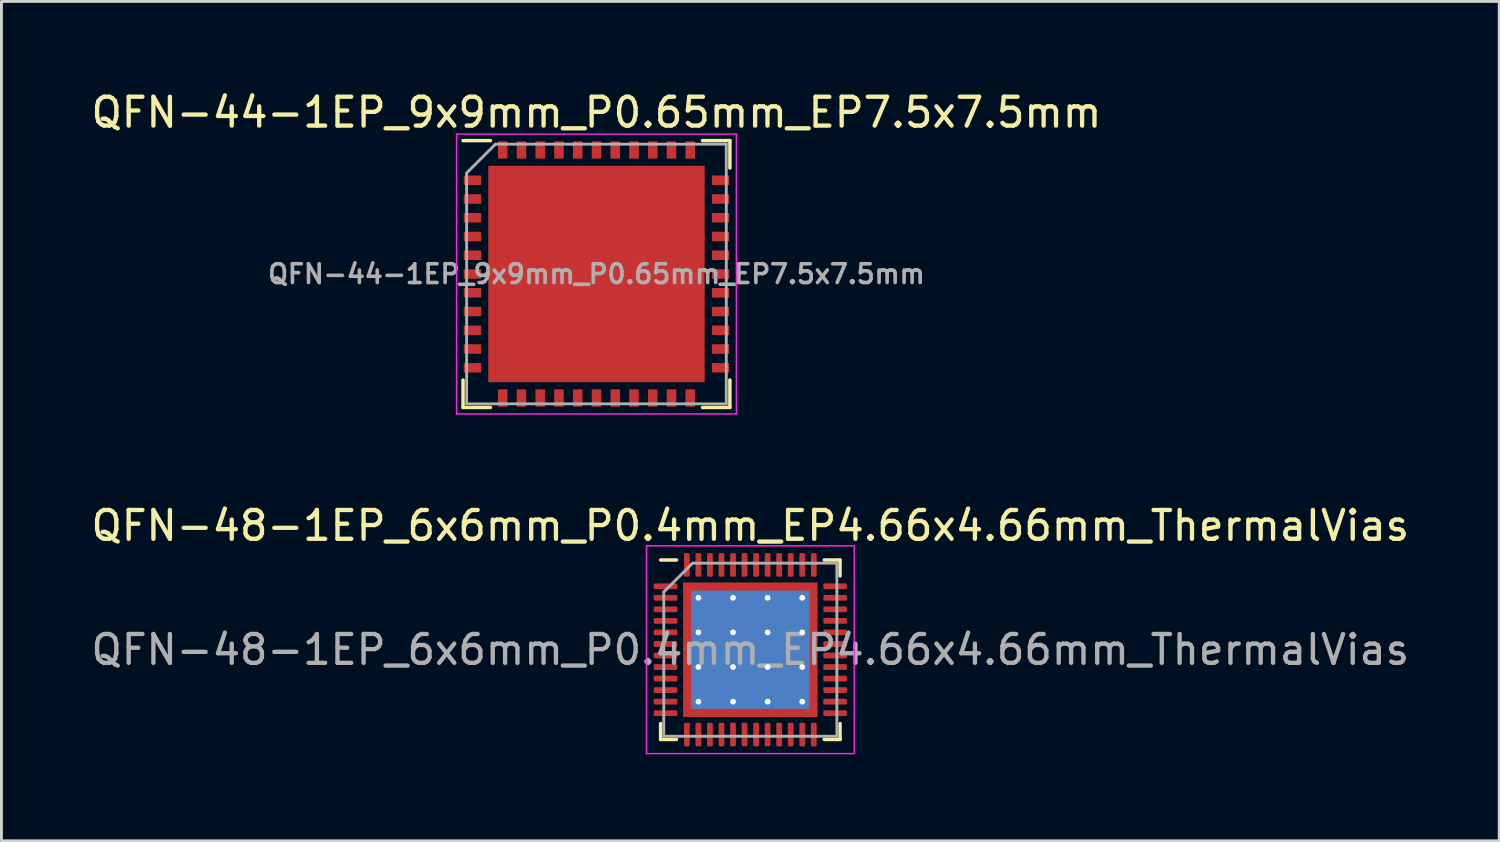
<source format=kicad_pcb>
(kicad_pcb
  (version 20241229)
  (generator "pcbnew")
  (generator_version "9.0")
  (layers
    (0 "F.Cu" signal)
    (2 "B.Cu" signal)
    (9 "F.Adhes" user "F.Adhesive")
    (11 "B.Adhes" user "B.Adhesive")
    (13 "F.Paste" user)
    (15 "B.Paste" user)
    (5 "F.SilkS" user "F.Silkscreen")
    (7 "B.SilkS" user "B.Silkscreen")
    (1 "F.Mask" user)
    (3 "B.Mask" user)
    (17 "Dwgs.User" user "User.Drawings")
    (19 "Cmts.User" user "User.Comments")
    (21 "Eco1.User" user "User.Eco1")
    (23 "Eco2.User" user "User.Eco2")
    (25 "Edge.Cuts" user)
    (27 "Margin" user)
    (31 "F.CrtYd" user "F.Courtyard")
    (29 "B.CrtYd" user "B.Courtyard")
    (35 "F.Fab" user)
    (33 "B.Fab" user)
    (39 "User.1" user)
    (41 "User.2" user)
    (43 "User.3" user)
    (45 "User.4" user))
  (footprint "QFN-44-1EP_9x9mm_P0.65mm_EP7.5x7.5mm"
    (layer "F.Cu")
    (at 17.625 6.448)
    (property "Reference" "QFN-44-1EP_9x9mm_P0.65mm_EP7.5x7.5mm" (at 0 -5.6 0) (layer "F.SilkS") (effects (font (size 1 1) (thickness 0.15))))
    (attr smd)
    (fp_line (start -4.625 -4.625) (end -3.675 -4.625) (stroke (width 0.12) (type solid)) (layer "F.SilkS"))
    (fp_line (start -4.625 4.625) (end -4.625 3.675) (stroke (width 0.12) (type solid)) (layer "F.SilkS"))
    (fp_line (start -3.675 4.625) (end -4.625 4.625) (stroke (width 0.12) (type solid)) (layer "F.SilkS"))
    (fp_line (start 3.675 -4.625) (end 4.625 -4.625) (stroke (width 0.12) (type solid)) (layer "F.SilkS"))
    (fp_line (start 3.675 4.625) (end 4.625 4.625) (stroke (width 0.12) (type solid)) (layer "F.SilkS"))
    (fp_line (start 4.625 -4.625) (end 4.625 -3.675) (stroke (width 0.12) (type solid)) (layer "F.SilkS"))
    (fp_line (start 4.625 4.625) (end 4.625 3.675) (stroke (width 0.12) (type solid)) (layer "F.SilkS"))
    (fp_line (start -4.85 -4.85) (end -4.85 4.85) (stroke (width 0.05) (type solid)) (layer "F.CrtYd"))
    (fp_line (start -4.85 4.85) (end 4.85 4.85) (stroke (width 0.05) (type solid)) (layer "F.CrtYd"))
    (fp_line (start 4.85 -4.85) (end -4.85 -4.85) (stroke (width 0.05) (type solid)) (layer "F.CrtYd"))
    (fp_line (start 4.85 4.85) (end 4.85 -4.85) (stroke (width 0.05) (type solid)) (layer "F.CrtYd"))
    (fp_line (start -4.5 -3.5) (end -3.5 -4.5) (stroke (width 0.1) (type solid)) (layer "F.Fab"))
    (fp_line (start -4.5 4.5) (end -4.5 -3.5) (stroke (width 0.1) (type solid)) (layer "F.Fab"))
    (fp_line (start -3.5 -4.5) (end 4.5 -4.5) (stroke (width 0.1) (type solid)) (layer "F.Fab"))
    (fp_line (start 4.5 -4.5) (end 4.5 4.5) (stroke (width 0.1) (type solid)) (layer "F.Fab"))
    (fp_line (start 4.5 4.5) (end -4.5 4.5) (stroke (width 0.1) (type solid)) (layer "F.Fab"))
    (fp_text user "${REFERENCE}" (at 0 0 0) (layer "F.Fab") (effects (font (size 0.65 0.65) (thickness 0.125))))
    (pad "" smd rect (at -1.875 -1.875) (size 2.65 2.65) (layers "F.Paste"))
    (pad "" smd rect (at -1.875 1.875) (size 2.65 2.65) (layers "F.Paste"))
    (pad "" smd rect (at 1.875 -1.875) (size 2.65 2.65) (layers "F.Paste"))
    (pad "" smd rect (at 1.875 1.875) (size 2.65 2.65) (layers "F.Paste"))
    (pad "1" smd rect (at -4.3 -3.25) (size 0.6 0.33) (layers "F.Cu" "F.Mask" "F.Paste"))
    (pad "2" smd rect (at -4.3 -2.6) (size 0.6 0.33) (layers "F.Cu" "F.Mask" "F.Paste"))
    (pad "3" smd rect (at -4.3 -1.95) (size 0.6 0.33) (layers "F.Cu" "F.Mask" "F.Paste"))
    (pad "4" smd rect (at -4.3 -1.3) (size 0.6 0.33) (layers "F.Cu" "F.Mask" "F.Paste"))
    (pad "5" smd rect (at -4.3 -0.65) (size 0.6 0.33) (layers "F.Cu" "F.Mask" "F.Paste"))
    (pad "6" smd rect (at -4.3 0) (size 0.6 0.33) (layers "F.Cu" "F.Mask" "F.Paste"))
    (pad "7" smd rect (at -4.3 0.65) (size 0.6 0.33) (layers "F.Cu" "F.Mask" "F.Paste"))
    (pad "8" smd rect (at -4.3 1.3) (size 0.6 0.33) (layers "F.Cu" "F.Mask" "F.Paste"))
    (pad "9" smd rect (at -4.3 1.95) (size 0.6 0.33) (layers "F.Cu" "F.Mask" "F.Paste"))
    (pad "10" smd rect (at -4.3 2.6) (size 0.6 0.33) (layers "F.Cu" "F.Mask" "F.Paste"))
    (pad "11" smd rect (at -4.3 3.25) (size 0.6 0.33) (layers "F.Cu" "F.Mask" "F.Paste"))
    (pad "12" smd rect (at -3.25 4.3 90) (size 0.6 0.33) (layers "F.Cu" "F.Mask" "F.Paste"))
    (pad "13" smd rect (at -2.6 4.3 90) (size 0.6 0.33) (layers "F.Cu" "F.Mask" "F.Paste"))
    (pad "14" smd rect (at -1.95 4.3 90) (size 0.6 0.33) (layers "F.Cu" "F.Mask" "F.Paste"))
    (pad "15" smd rect (at -1.3 4.3 90) (size 0.6 0.33) (layers "F.Cu" "F.Mask" "F.Paste"))
    (pad "16" smd rect (at -0.65 4.3 90) (size 0.6 0.33) (layers "F.Cu" "F.Mask" "F.Paste"))
    (pad "17" smd rect (at 0 4.3 90) (size 0.6 0.33) (layers "F.Cu" "F.Mask" "F.Paste"))
    (pad "18" smd rect (at 0.65 4.3 90) (size 0.6 0.33) (layers "F.Cu" "F.Mask" "F.Paste"))
    (pad "19" smd rect (at 1.3 4.3 90) (size 0.6 0.33) (layers "F.Cu" "F.Mask" "F.Paste"))
    (pad "20" smd rect (at 1.95 4.3 90) (size 0.6 0.33) (layers "F.Cu" "F.Mask" "F.Paste"))
    (pad "21" smd rect (at 2.6 4.3 90) (size 0.6 0.33) (layers "F.Cu" "F.Mask" "F.Paste"))
    (pad "22" smd rect (at 3.25 4.3 90) (size 0.6 0.33) (layers "F.Cu" "F.Mask" "F.Paste"))
    (pad "23" smd rect (at 4.3 3.25) (size 0.6 0.33) (layers "F.Cu" "F.Mask" "F.Paste"))
    (pad "24" smd rect (at 4.3 2.6) (size 0.6 0.33) (layers "F.Cu" "F.Mask" "F.Paste"))
    (pad "25" smd rect (at 4.3 1.95) (size 0.6 0.33) (layers "F.Cu" "F.Mask" "F.Paste"))
    (pad "26" smd rect (at 4.3 1.3) (size 0.6 0.33) (layers "F.Cu" "F.Mask" "F.Paste"))
    (pad "27" smd rect (at 4.3 0.65) (size 0.6 0.33) (layers "F.Cu" "F.Mask" "F.Paste"))
    (pad "28" smd rect (at 4.3 0) (size 0.6 0.33) (layers "F.Cu" "F.Mask" "F.Paste"))
    (pad "29" smd rect (at 4.3 -0.65) (size 0.6 0.33) (layers "F.Cu" "F.Mask" "F.Paste"))
    (pad "30" smd rect (at 4.3 -1.3) (size 0.6 0.33) (layers "F.Cu" "F.Mask" "F.Paste"))
    (pad "31" smd rect (at 4.3 -1.95) (size 0.6 0.33) (layers "F.Cu" "F.Mask" "F.Paste"))
    (pad "32" smd rect (at 4.3 -2.6) (size 0.6 0.33) (layers "F.Cu" "F.Mask" "F.Paste"))
    (pad "33" smd rect (at 4.3 -3.25) (size 0.6 0.33) (layers "F.Cu" "F.Mask" "F.Paste"))
    (pad "34" smd rect (at 3.25 -4.3 90) (size 0.6 0.33) (layers "F.Cu" "F.Mask" "F.Paste"))
    (pad "35" smd rect (at 2.6 -4.3 90) (size 0.6 0.33) (layers "F.Cu" "F.Mask" "F.Paste"))
    (pad "36" smd rect (at 1.95 -4.3 90) (size 0.6 0.33) (layers "F.Cu" "F.Mask" "F.Paste"))
    (pad "37" smd rect (at 1.3 -4.3 90) (size 0.6 0.33) (layers "F.Cu" "F.Mask" "F.Paste"))
    (pad "38" smd rect (at 0.65 -4.3 90) (size 0.6 0.33) (layers "F.Cu" "F.Mask" "F.Paste"))
    (pad "39" smd rect (at 0 -4.3 90) (size 0.6 0.33) (layers "F.Cu" "F.Mask" "F.Paste"))
    (pad "40" smd rect (at -0.65 -4.3 90) (size 0.6 0.33) (layers "F.Cu" "F.Mask" "F.Paste"))
    (pad "41" smd rect (at -1.3 -4.3 90) (size 0.6 0.33) (layers "F.Cu" "F.Mask" "F.Paste"))
    (pad "42" smd rect (at -1.95 -4.3 90) (size 0.6 0.33) (layers "F.Cu" "F.Mask" "F.Paste"))
    (pad "43" smd rect (at -2.6 -4.3 90) (size 0.6 0.33) (layers "F.Cu" "F.Mask" "F.Paste"))
    (pad "44" smd rect (at -3.25 -4.3 90) (size 0.6 0.33) (layers "F.Cu" "F.Mask" "F.Paste"))
    (pad "45" smd rect (at 0 0) (size 7.5 7.5) (layers "F.Cu" "F.Mask")))
  (footprint "QFN-48-1EP_6x6mm_P0.4mm_EP4.66x4.66mm_ThermalVias"
    (layer "F.Cu")
    (at 22.958 19.471)
    (property "Reference" "QFN-48-1EP_6x6mm_P0.4mm_EP4.66x4.66mm_ThermalVias" (at 0 -4.3 0) (layer "F.SilkS") (effects (font (size 1 1) (thickness 0.15))))
    (attr smd)
    (fp_line (start -3.11 3.11) (end -3.11 2.56) (stroke (width 0.12) (type solid)) (layer "F.SilkS"))
    (fp_line (start -2.56 -3.11) (end -3.11 -3.11) (stroke (width 0.12) (type solid)) (layer "F.SilkS"))
    (fp_line (start -2.56 3.11) (end -3.11 3.11) (stroke (width 0.12) (type solid)) (layer "F.SilkS"))
    (fp_line (start 2.56 -3.11) (end 3.11 -3.11) (stroke (width 0.12) (type solid)) (layer "F.SilkS"))
    (fp_line (start 2.56 3.11) (end 3.11 3.11) (stroke (width 0.12) (type solid)) (layer "F.SilkS"))
    (fp_line (start 3.11 -3.11) (end 3.11 -2.56) (stroke (width 0.12) (type solid)) (layer "F.SilkS"))
    (fp_line (start 3.11 3.11) (end 3.11 2.56) (stroke (width 0.12) (type solid)) (layer "F.SilkS"))
    (fp_line (start -3.6 -3.6) (end -3.6 3.6) (stroke (width 0.05) (type solid)) (layer "F.CrtYd"))
    (fp_line (start -3.6 3.6) (end 3.6 3.6) (stroke (width 0.05) (type solid)) (layer "F.CrtYd"))
    (fp_line (start 3.6 -3.6) (end -3.6 -3.6) (stroke (width 0.05) (type solid)) (layer "F.CrtYd"))
    (fp_line (start 3.6 3.6) (end 3.6 -3.6) (stroke (width 0.05) (type solid)) (layer "F.CrtYd"))
    (fp_line (start -3 -2) (end -2 -3) (stroke (width 0.1) (type solid)) (layer "F.Fab"))
    (fp_line (start -3 3) (end -3 -2) (stroke (width 0.1) (type solid)) (layer "F.Fab"))
    (fp_line (start -2 -3) (end 3 -3) (stroke (width 0.1) (type solid)) (layer "F.Fab"))
    (fp_line (start 3 -3) (end 3 3) (stroke (width 0.1) (type solid)) (layer "F.Fab"))
    (fp_line (start 3 3) (end -3 3) (stroke (width 0.1) (type solid)) (layer "F.Fab"))
    (fp_text user "${REFERENCE}" (at 0 0 0) (layer "F.Fab") (effects (font (size 1 1) (thickness 0.15))))
    (pad "" smd custom (at -2.065 -2.065) (size 0.3 0.3) (layers "F.Paste") (options (anchor circle)) (primitives (gr_poly (pts (xy 0.107 -0.011) (xy -0.011 0.107) (xy -0.107 0.107) (xy -0.107 -0.107) (xy 0.107 -0.107)) (width 0.214) (fill yes))))
    (pad "" smd custom (at -2.065 -1.2) (size 0.346 0.346) (layers "F.Paste") (options (anchor circle)) (primitives (gr_poly (pts (xy 0.132 -0.335) (xy 0.132 0.335) (xy 0.065 0.402) (xy -0.132 0.402) (xy -0.132 -0.402) (xy 0.065 -0.402)) (width 0.163) (fill yes))))
    (pad "" smd custom (at -2.065 0) (size 0.346 0.346) (layers "F.Paste") (options (anchor circle)) (primitives (gr_poly (pts (xy 0.132 -0.335) (xy 0.132 0.335) (xy 0.065 0.402) (xy -0.132 0.402) (xy -0.132 -0.402) (xy 0.065 -0.402)) (width 0.163) (fill yes))))
    (pad "" smd custom (at -2.065 1.2) (size 0.346 0.346) (layers "F.Paste") (options (anchor circle)) (primitives (gr_poly (pts (xy 0.132 -0.335) (xy 0.132 0.335) (xy 0.065 0.402) (xy -0.132 0.402) (xy -0.132 -0.402) (xy 0.065 -0.402)) (width 0.163) (fill yes))))
    (pad "" smd custom (at -2.065 2.065) (size 0.3 0.3) (layers "F.Paste") (options (anchor circle)) (primitives (gr_poly (pts (xy 0.107 0.011) (xy 0.107 0.107) (xy -0.107 0.107) (xy -0.107 -0.107) (xy -0.011 -0.107)) (width 0.214) (fill yes))))
    (pad "" smd custom (at -1.2 -2.065) (size 0.346 0.346) (layers "F.Paste") (options (anchor circle)) (primitives (gr_poly (pts (xy 0.402 0.065) (xy 0.335 0.132) (xy -0.335 0.132) (xy -0.402 0.065) (xy -0.402 -0.132) (xy 0.402 -0.132)) (width 0.163) (fill yes))))
    (pad "" smd roundrect (at -1.2 -1.2) (size 0.967 0.967) (layers "F.Paste") (roundrect_rratio 0.25))
    (pad "" smd roundrect (at -1.2 0) (size 0.967 0.967) (layers "F.Paste") (roundrect_rratio 0.25))
    (pad "" smd roundrect (at -1.2 1.2) (size 0.967 0.967) (layers "F.Paste") (roundrect_rratio 0.25))
    (pad "" smd custom (at -1.2 2.065) (size 0.346 0.346) (layers "F.Paste") (options (anchor circle)) (primitives (gr_poly (pts (xy 0.402 -0.065) (xy 0.402 0.132) (xy -0.402 0.132) (xy -0.402 -0.065) (xy -0.335 -0.132) (xy 0.335 -0.132)) (width 0.163) (fill yes))))
    (pad "" smd custom (at 0 -2.065) (size 0.346 0.346) (layers "F.Paste") (options (anchor circle)) (primitives (gr_poly (pts (xy 0.402 0.065) (xy 0.335 0.132) (xy -0.335 0.132) (xy -0.402 0.065) (xy -0.402 -0.132) (xy 0.402 -0.132)) (width 0.163) (fill yes))))
    (pad "" smd roundrect (at 0 -1.2) (size 0.967 0.967) (layers "F.Paste") (roundrect_rratio 0.25))
    (pad "" smd roundrect (at 0 0) (size 0.967 0.967) (layers "F.Paste") (roundrect_rratio 0.25))
    (pad "" smd roundrect (at 0 1.2) (size 0.967 0.967) (layers "F.Paste") (roundrect_rratio 0.25))
    (pad "" smd custom (at 0 2.065) (size 0.346 0.346) (layers "F.Paste") (options (anchor circle)) (primitives (gr_poly (pts (xy 0.402 -0.065) (xy 0.402 0.132) (xy -0.402 0.132) (xy -0.402 -0.065) (xy -0.335 -0.132) (xy 0.335 -0.132)) (width 0.163) (fill yes))))
    (pad "" smd custom (at 1.2 -2.065) (size 0.346 0.346) (layers "F.Paste") (options (anchor circle)) (primitives (gr_poly (pts (xy 0.402 0.065) (xy 0.335 0.132) (xy -0.335 0.132) (xy -0.402 0.065) (xy -0.402 -0.132) (xy 0.402 -0.132)) (width 0.163) (fill yes))))
    (pad "" smd roundrect (at 1.2 -1.2) (size 0.967 0.967) (layers "F.Paste") (roundrect_rratio 0.25))
    (pad "" smd roundrect (at 1.2 0) (size 0.967 0.967) (layers "F.Paste") (roundrect_rratio 0.25))
    (pad "" smd roundrect (at 1.2 1.2) (size 0.967 0.967) (layers "F.Paste") (roundrect_rratio 0.25))
    (pad "" smd custom (at 1.2 2.065) (size 0.346 0.346) (layers "F.Paste") (options (anchor circle)) (primitives (gr_poly (pts (xy 0.402 -0.065) (xy 0.402 0.132) (xy -0.402 0.132) (xy -0.402 -0.065) (xy -0.335 -0.132) (xy 0.335 -0.132)) (width 0.163) (fill yes))))
    (pad "" smd custom (at 2.065 -2.065) (size 0.3 0.3) (layers "F.Paste") (options (anchor circle)) (primitives (gr_poly (pts (xy 0.107 0.107) (xy 0.011 0.107) (xy -0.107 -0.011) (xy -0.107 -0.107) (xy 0.107 -0.107)) (width 0.214) (fill yes))))
    (pad "" smd custom (at 2.065 -1.2) (size 0.346 0.346) (layers "F.Paste") (options (anchor circle)) (primitives (gr_poly (pts (xy 0.132 0.402) (xy -0.065 0.402) (xy -0.132 0.335) (xy -0.132 -0.335) (xy -0.065 -0.402) (xy 0.132 -0.402)) (width 0.163) (fill yes))))
    (pad "" smd custom (at 2.065 0) (size 0.346 0.346) (layers "F.Paste") (options (anchor circle)) (primitives (gr_poly (pts (xy 0.132 0.402) (xy -0.065 0.402) (xy -0.132 0.335) (xy -0.132 -0.335) (xy -0.065 -0.402) (xy 0.132 -0.402)) (width 0.163) (fill yes))))
    (pad "" smd custom (at 2.065 1.2) (size 0.346 0.346) (layers "F.Paste") (options (anchor circle)) (primitives (gr_poly (pts (xy 0.132 0.402) (xy -0.065 0.402) (xy -0.132 0.335) (xy -0.132 -0.335) (xy -0.065 -0.402) (xy 0.132 -0.402)) (width 0.163) (fill yes))))
    (pad "" smd custom (at 2.065 2.065) (size 0.3 0.3) (layers "F.Paste") (options (anchor circle)) (primitives (gr_poly (pts (xy 0.107 0.107) (xy -0.107 0.107) (xy -0.107 0.011) (xy 0.011 -0.107) (xy 0.107 -0.107)) (width 0.214) (fill yes))))
    (pad "1" smd roundrect (at -2.94 -2.2) (size 0.82 0.2) (layers "F.Cu" "F.Mask" "F.Paste") (roundrect_rratio 0.25))
    (pad "2" smd roundrect (at -2.94 -1.8) (size 0.82 0.2) (layers "F.Cu" "F.Mask" "F.Paste") (roundrect_rratio 0.25))
    (pad "3" smd roundrect (at -2.94 -1.4) (size 0.82 0.2) (layers "F.Cu" "F.Mask" "F.Paste") (roundrect_rratio 0.25))
    (pad "4" smd roundrect (at -2.94 -1) (size 0.82 0.2) (layers "F.Cu" "F.Mask" "F.Paste") (roundrect_rratio 0.25))
    (pad "5" smd roundrect (at -2.94 -0.6) (size 0.82 0.2) (layers "F.Cu" "F.Mask" "F.Paste") (roundrect_rratio 0.25))
    (pad "6" smd roundrect (at -2.94 -0.2) (size 0.82 0.2) (layers "F.Cu" "F.Mask" "F.Paste") (roundrect_rratio 0.25))
    (pad "7" smd roundrect (at -2.94 0.2) (size 0.82 0.2) (layers "F.Cu" "F.Mask" "F.Paste") (roundrect_rratio 0.25))
    (pad "8" smd roundrect (at -2.94 0.6) (size 0.82 0.2) (layers "F.Cu" "F.Mask" "F.Paste") (roundrect_rratio 0.25))
    (pad "9" smd roundrect (at -2.94 1) (size 0.82 0.2) (layers "F.Cu" "F.Mask" "F.Paste") (roundrect_rratio 0.25))
    (pad "10" smd roundrect (at -2.94 1.4) (size 0.82 0.2) (layers "F.Cu" "F.Mask" "F.Paste") (roundrect_rratio 0.25))
    (pad "11" smd roundrect (at -2.94 1.8) (size 0.82 0.2) (layers "F.Cu" "F.Mask" "F.Paste") (roundrect_rratio 0.25))
    (pad "12" smd roundrect (at -2.94 2.2) (size 0.82 0.2) (layers "F.Cu" "F.Mask" "F.Paste") (roundrect_rratio 0.25))
    (pad "13" smd roundrect (at -2.2 2.94) (size 0.2 0.82) (layers "F.Cu" "F.Mask" "F.Paste") (roundrect_rratio 0.25))
    (pad "14" smd roundrect (at -1.8 2.94) (size 0.2 0.82) (layers "F.Cu" "F.Mask" "F.Paste") (roundrect_rratio 0.25))
    (pad "15" smd roundrect (at -1.4 2.94) (size 0.2 0.82) (layers "F.Cu" "F.Mask" "F.Paste") (roundrect_rratio 0.25))
    (pad "16" smd roundrect (at -1 2.94) (size 0.2 0.82) (layers "F.Cu" "F.Mask" "F.Paste") (roundrect_rratio 0.25))
    (pad "17" smd roundrect (at -0.6 2.94) (size 0.2 0.82) (layers "F.Cu" "F.Mask" "F.Paste") (roundrect_rratio 0.25))
    (pad "18" smd roundrect (at -0.2 2.94) (size 0.2 0.82) (layers "F.Cu" "F.Mask" "F.Paste") (roundrect_rratio 0.25))
    (pad "19" smd roundrect (at 0.2 2.94) (size 0.2 0.82) (layers "F.Cu" "F.Mask" "F.Paste") (roundrect_rratio 0.25))
    (pad "20" smd roundrect (at 0.6 2.94) (size 0.2 0.82) (layers "F.Cu" "F.Mask" "F.Paste") (roundrect_rratio 0.25))
    (pad "21" smd roundrect (at 1 2.94) (size 0.2 0.82) (layers "F.Cu" "F.Mask" "F.Paste") (roundrect_rratio 0.25))
    (pad "22" smd roundrect (at 1.4 2.94) (size 0.2 0.82) (layers "F.Cu" "F.Mask" "F.Paste") (roundrect_rratio 0.25))
    (pad "23" smd roundrect (at 1.8 2.94) (size 0.2 0.82) (layers "F.Cu" "F.Mask" "F.Paste") (roundrect_rratio 0.25))
    (pad "24" smd roundrect (at 2.2 2.94) (size 0.2 0.82) (layers "F.Cu" "F.Mask" "F.Paste") (roundrect_rratio 0.25))
    (pad "25" smd roundrect (at 2.94 2.2) (size 0.82 0.2) (layers "F.Cu" "F.Mask" "F.Paste") (roundrect_rratio 0.25))
    (pad "26" smd roundrect (at 2.94 1.8) (size 0.82 0.2) (layers "F.Cu" "F.Mask" "F.Paste") (roundrect_rratio 0.25))
    (pad "27" smd roundrect (at 2.94 1.4) (size 0.82 0.2) (layers "F.Cu" "F.Mask" "F.Paste") (roundrect_rratio 0.25))
    (pad "28" smd roundrect (at 2.94 1) (size 0.82 0.2) (layers "F.Cu" "F.Mask" "F.Paste") (roundrect_rratio 0.25))
    (pad "29" smd roundrect (at 2.94 0.6) (size 0.82 0.2) (layers "F.Cu" "F.Mask" "F.Paste") (roundrect_rratio 0.25))
    (pad "30" smd roundrect (at 2.94 0.2) (size 0.82 0.2) (layers "F.Cu" "F.Mask" "F.Paste") (roundrect_rratio 0.25))
    (pad "31" smd roundrect (at 2.94 -0.2) (size 0.82 0.2) (layers "F.Cu" "F.Mask" "F.Paste") (roundrect_rratio 0.25))
    (pad "32" smd roundrect (at 2.94 -0.6) (size 0.82 0.2) (layers "F.Cu" "F.Mask" "F.Paste") (roundrect_rratio 0.25))
    (pad "33" smd roundrect (at 2.94 -1) (size 0.82 0.2) (layers "F.Cu" "F.Mask" "F.Paste") (roundrect_rratio 0.25))
    (pad "34" smd roundrect (at 2.94 -1.4) (size 0.82 0.2) (layers "F.Cu" "F.Mask" "F.Paste") (roundrect_rratio 0.25))
    (pad "35" smd roundrect (at 2.94 -1.8) (size 0.82 0.2) (layers "F.Cu" "F.Mask" "F.Paste") (roundrect_rratio 0.25))
    (pad "36" smd roundrect (at 2.94 -2.2) (size 0.82 0.2) (layers "F.Cu" "F.Mask" "F.Paste") (roundrect_rratio 0.25))
    (pad "37" smd roundrect (at 2.2 -2.94) (size 0.2 0.82) (layers "F.Cu" "F.Mask" "F.Paste") (roundrect_rratio 0.25))
    (pad "38" smd roundrect (at 1.8 -2.94) (size 0.2 0.82) (layers "F.Cu" "F.Mask" "F.Paste") (roundrect_rratio 0.25))
    (pad "39" smd roundrect (at 1.4 -2.94) (size 0.2 0.82) (layers "F.Cu" "F.Mask" "F.Paste") (roundrect_rratio 0.25))
    (pad "40" smd roundrect (at 1 -2.94) (size 0.2 0.82) (layers "F.Cu" "F.Mask" "F.Paste") (roundrect_rratio 0.25))
    (pad "41" smd roundrect (at 0.6 -2.94) (size 0.2 0.82) (layers "F.Cu" "F.Mask" "F.Paste") (roundrect_rratio 0.25))
    (pad "42" smd roundrect (at 0.2 -2.94) (size 0.2 0.82) (layers "F.Cu" "F.Mask" "F.Paste") (roundrect_rratio 0.25))
    (pad "43" smd roundrect (at -0.2 -2.94) (size 0.2 0.82) (layers "F.Cu" "F.Mask" "F.Paste") (roundrect_rratio 0.25))
    (pad "44" smd roundrect (at -0.6 -2.94) (size 0.2 0.82) (layers "F.Cu" "F.Mask" "F.Paste") (roundrect_rratio 0.25))
    (pad "45" smd roundrect (at -1 -2.94) (size 0.2 0.82) (layers "F.Cu" "F.Mask" "F.Paste") (roundrect_rratio 0.25))
    (pad "46" smd roundrect (at -1.4 -2.94) (size 0.2 0.82) (layers "F.Cu" "F.Mask" "F.Paste") (roundrect_rratio 0.25))
    (pad "47" smd roundrect (at -1.8 -2.94) (size 0.2 0.82) (layers "F.Cu" "F.Mask" "F.Paste") (roundrect_rratio 0.25))
    (pad "48" smd roundrect (at -2.2 -2.94) (size 0.2 0.82) (layers "F.Cu" "F.Mask" "F.Paste") (roundrect_rratio 0.25))
    (pad "49" thru_hole circle (at -1.8 -1.8) (size 0.5 0.5) (drill 0.2) (layers "*.Cu"))
    (pad "49" thru_hole circle (at -1.8 -0.6) (size 0.5 0.5) (drill 0.2) (layers "*.Cu"))
    (pad "49" thru_hole circle (at -1.8 0.6) (size 0.5 0.5) (drill 0.2) (layers "*.Cu"))
    (pad "49" thru_hole circle (at -1.8 1.8) (size 0.5 0.5) (drill 0.2) (layers "*.Cu"))
    (pad "49" thru_hole circle (at -0.6 -1.8) (size 0.5 0.5) (drill 0.2) (layers "*.Cu"))
    (pad "49" thru_hole circle (at -0.6 -0.6) (size 0.5 0.5) (drill 0.2) (layers "*.Cu"))
    (pad "49" thru_hole circle (at -0.6 0.6) (size 0.5 0.5) (drill 0.2) (layers "*.Cu"))
    (pad "49" thru_hole circle (at -0.6 1.8) (size 0.5 0.5) (drill 0.2) (layers "*.Cu"))
    (pad "49" smd rect (at 0 0) (size 4.1 4.1) (layers "B.Cu"))
    (pad "49" smd rect (at 0 0) (size 4.66 4.66) (layers "F.Cu" "F.Mask"))
    (pad "49" thru_hole circle (at 0.6 -1.8) (size 0.5 0.5) (drill 0.2) (layers "*.Cu"))
    (pad "49" thru_hole circle (at 0.6 -0.6) (size 0.5 0.5) (drill 0.2) (layers "*.Cu"))
    (pad "49" thru_hole circle (at 0.6 0.6) (size 0.5 0.5) (drill 0.2) (layers "*.Cu"))
    (pad "49" thru_hole circle (at 0.6 1.8) (size 0.5 0.5) (drill 0.2) (layers "*.Cu"))
    (pad "49" thru_hole circle (at 1.8 -1.8) (size 0.5 0.5) (drill 0.2) (layers "*.Cu"))
    (pad "49" thru_hole circle (at 1.8 -0.6) (size 0.5 0.5) (drill 0.2) (layers "*.Cu"))
    (pad "49" thru_hole circle (at 1.8 0.6) (size 0.5 0.5) (drill 0.2) (layers "*.Cu"))
    (pad "49" thru_hole circle (at 1.8 1.8) (size 0.5 0.5) (drill 0.2) (layers "*.Cu")))
  (gr_rect
    (start -3 -3)
    (end 48.917 26.096)
    (stroke (width 0.1) (type default))
    (fill no)
    (layer "Edge.Cuts")))
</source>
